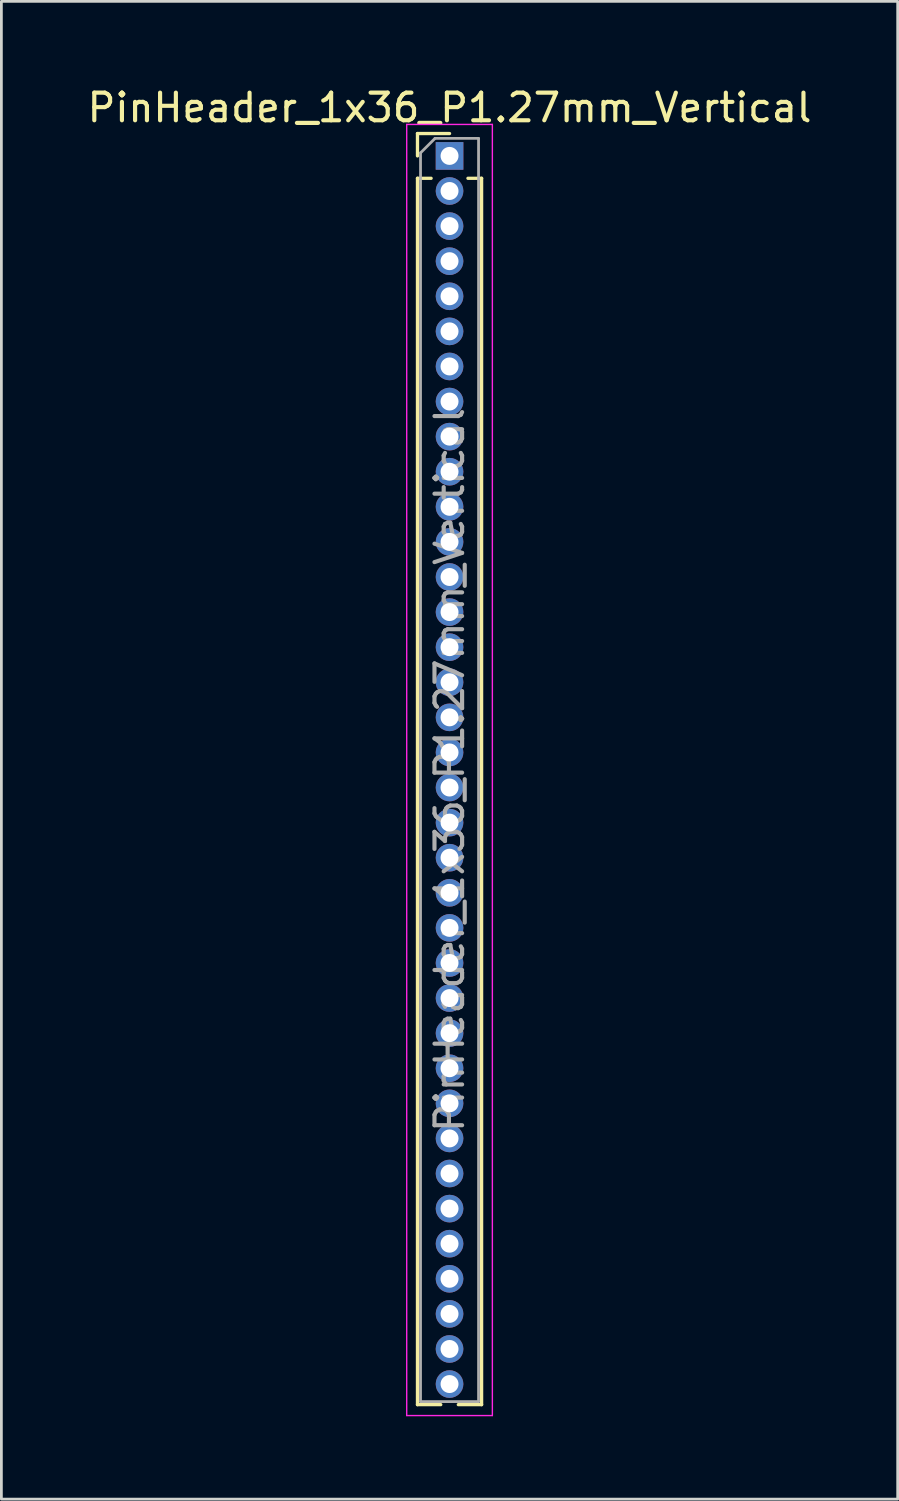
<source format=kicad_pcb>
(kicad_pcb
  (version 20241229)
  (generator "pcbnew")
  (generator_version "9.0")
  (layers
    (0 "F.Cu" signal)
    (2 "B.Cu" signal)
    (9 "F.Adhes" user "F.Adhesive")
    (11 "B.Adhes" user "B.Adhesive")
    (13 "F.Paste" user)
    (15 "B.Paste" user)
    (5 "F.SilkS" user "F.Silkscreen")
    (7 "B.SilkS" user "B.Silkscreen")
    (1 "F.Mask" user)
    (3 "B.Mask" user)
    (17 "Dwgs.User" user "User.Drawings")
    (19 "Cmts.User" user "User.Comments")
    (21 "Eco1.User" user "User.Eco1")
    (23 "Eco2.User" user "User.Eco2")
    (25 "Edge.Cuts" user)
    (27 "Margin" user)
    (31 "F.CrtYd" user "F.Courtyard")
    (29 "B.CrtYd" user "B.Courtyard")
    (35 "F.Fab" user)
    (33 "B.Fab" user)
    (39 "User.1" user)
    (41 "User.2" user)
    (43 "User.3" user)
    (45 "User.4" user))
  (footprint "PinHeader_1x36_P1.27mm_Vertical"
    (layer "F.Cu")
    (at 13.22 2.593)
    (property "Reference" "PinHeader_1x36_P1.27mm_Vertical" (at 0 -1.745 0) (layer "F.SilkS") (effects (font (size 1 1) (thickness 0.15))))
    (attr through_hole)
    (fp_line (start -1.16 -0.81) (end 0 -0.81) (stroke (width 0.12) (type solid)) (layer "F.SilkS"))
    (fp_line (start -1.16 0) (end -1.16 -0.81) (stroke (width 0.12) (type solid)) (layer "F.SilkS"))
    (fp_line (start -1.16 0.81) (end -1.16 45.195) (stroke (width 0.12) (type solid)) (layer "F.SilkS"))
    (fp_line (start -1.16 0.81) (end -0.667 0.81) (stroke (width 0.12) (type solid)) (layer "F.SilkS"))
    (fp_line (start -1.16 45.195) (end -0.318 45.195) (stroke (width 0.12) (type solid)) (layer "F.SilkS"))
    (fp_line (start 0.318 45.195) (end 1.16 45.195) (stroke (width 0.12) (type solid)) (layer "F.SilkS"))
    (fp_line (start 0.667 0.81) (end 1.16 0.81) (stroke (width 0.12) (type solid)) (layer "F.SilkS"))
    (fp_line (start 1.16 0.81) (end 1.16 45.195) (stroke (width 0.12) (type solid)) (layer "F.SilkS"))
    (fp_line (start -1.55 -1.14) (end -1.55 45.59) (stroke (width 0.05) (type solid)) (layer "F.CrtYd"))
    (fp_line (start -1.55 45.59) (end 1.55 45.59) (stroke (width 0.05) (type solid)) (layer "F.CrtYd"))
    (fp_line (start 1.55 -1.14) (end -1.55 -1.14) (stroke (width 0.05) (type solid)) (layer "F.CrtYd"))
    (fp_line (start 1.55 45.59) (end 1.55 -1.14) (stroke (width 0.05) (type solid)) (layer "F.CrtYd"))
    (fp_line (start -1.05 -0.11) (end -0.525 -0.635) (stroke (width 0.1) (type solid)) (layer "F.Fab"))
    (fp_line (start -1.05 45.085) (end -1.05 -0.11) (stroke (width 0.1) (type solid)) (layer "F.Fab"))
    (fp_line (start -0.525 -0.635) (end 1.05 -0.635) (stroke (width 0.1) (type solid)) (layer "F.Fab"))
    (fp_line (start 1.05 -0.635) (end 1.05 45.085) (stroke (width 0.1) (type solid)) (layer "F.Fab"))
    (fp_line (start 1.05 45.085) (end -1.05 45.085) (stroke (width 0.1) (type solid)) (layer "F.Fab"))
    (fp_text user "${REFERENCE}" (at 0 22.225 90) (layer "F.Fab") (effects (font (size 1 1) (thickness 0.15))))
    (pad "1" thru_hole rect (at 0 0) (size 1 1) (drill 0.65) (layers "*.Cu" "*.Mask"))
    (pad "2" thru_hole circle (at 0 1.27) (size 1 1) (drill 0.65) (layers "*.Cu" "*.Mask"))
    (pad "3" thru_hole circle (at 0 2.54) (size 1 1) (drill 0.65) (layers "*.Cu" "*.Mask"))
    (pad "4" thru_hole circle (at 0 3.81) (size 1 1) (drill 0.65) (layers "*.Cu" "*.Mask"))
    (pad "5" thru_hole circle (at 0 5.08) (size 1 1) (drill 0.65) (layers "*.Cu" "*.Mask"))
    (pad "6" thru_hole circle (at 0 6.35) (size 1 1) (drill 0.65) (layers "*.Cu" "*.Mask"))
    (pad "7" thru_hole circle (at 0 7.62) (size 1 1) (drill 0.65) (layers "*.Cu" "*.Mask"))
    (pad "8" thru_hole circle (at 0 8.89) (size 1 1) (drill 0.65) (layers "*.Cu" "*.Mask"))
    (pad "9" thru_hole circle (at 0 10.16) (size 1 1) (drill 0.65) (layers "*.Cu" "*.Mask"))
    (pad "10" thru_hole circle (at 0 11.43) (size 1 1) (drill 0.65) (layers "*.Cu" "*.Mask"))
    (pad "11" thru_hole circle (at 0 12.7) (size 1 1) (drill 0.65) (layers "*.Cu" "*.Mask"))
    (pad "12" thru_hole circle (at 0 13.97) (size 1 1) (drill 0.65) (layers "*.Cu" "*.Mask"))
    (pad "13" thru_hole circle (at 0 15.24) (size 1 1) (drill 0.65) (layers "*.Cu" "*.Mask"))
    (pad "14" thru_hole circle (at 0 16.51) (size 1 1) (drill 0.65) (layers "*.Cu" "*.Mask"))
    (pad "15" thru_hole circle (at 0 17.78) (size 1 1) (drill 0.65) (layers "*.Cu" "*.Mask"))
    (pad "16" thru_hole circle (at 0 19.05) (size 1 1) (drill 0.65) (layers "*.Cu" "*.Mask"))
    (pad "17" thru_hole circle (at 0 20.32) (size 1 1) (drill 0.65) (layers "*.Cu" "*.Mask"))
    (pad "18" thru_hole circle (at 0 21.59) (size 1 1) (drill 0.65) (layers "*.Cu" "*.Mask"))
    (pad "19" thru_hole circle (at 0 22.86) (size 1 1) (drill 0.65) (layers "*.Cu" "*.Mask"))
    (pad "20" thru_hole circle (at 0 24.13) (size 1 1) (drill 0.65) (layers "*.Cu" "*.Mask"))
    (pad "21" thru_hole circle (at 0 25.4) (size 1 1) (drill 0.65) (layers "*.Cu" "*.Mask"))
    (pad "22" thru_hole circle (at 0 26.67) (size 1 1) (drill 0.65) (layers "*.Cu" "*.Mask"))
    (pad "23" thru_hole circle (at 0 27.94) (size 1 1) (drill 0.65) (layers "*.Cu" "*.Mask"))
    (pad "24" thru_hole circle (at 0 29.21) (size 1 1) (drill 0.65) (layers "*.Cu" "*.Mask"))
    (pad "25" thru_hole circle (at 0 30.48) (size 1 1) (drill 0.65) (layers "*.Cu" "*.Mask"))
    (pad "26" thru_hole circle (at 0 31.75) (size 1 1) (drill 0.65) (layers "*.Cu" "*.Mask"))
    (pad "27" thru_hole circle (at 0 33.02) (size 1 1) (drill 0.65) (layers "*.Cu" "*.Mask"))
    (pad "28" thru_hole circle (at 0 34.29) (size 1 1) (drill 0.65) (layers "*.Cu" "*.Mask"))
    (pad "29" thru_hole circle (at 0 35.56) (size 1 1) (drill 0.65) (layers "*.Cu" "*.Mask"))
    (pad "30" thru_hole circle (at 0 36.83) (size 1 1) (drill 0.65) (layers "*.Cu" "*.Mask"))
    (pad "31" thru_hole circle (at 0 38.1) (size 1 1) (drill 0.65) (layers "*.Cu" "*.Mask"))
    (pad "32" thru_hole circle (at 0 39.37) (size 1 1) (drill 0.65) (layers "*.Cu" "*.Mask"))
    (pad "33" thru_hole circle (at 0 40.64) (size 1 1) (drill 0.65) (layers "*.Cu" "*.Mask"))
    (pad "34" thru_hole circle (at 0 41.91) (size 1 1) (drill 0.65) (layers "*.Cu" "*.Mask"))
    (pad "35" thru_hole circle (at 0 43.18) (size 1 1) (drill 0.65) (layers "*.Cu" "*.Mask"))
    (pad "36" thru_hole circle (at 0 44.45) (size 1 1) (drill 0.65) (layers "*.Cu" "*.Mask")))
  (gr_rect
    (start -3 -3)
    (end 29.44 51.208)
    (stroke (width 0.1) (type default))
    (fill no)
    (layer "Edge.Cuts")))
</source>
